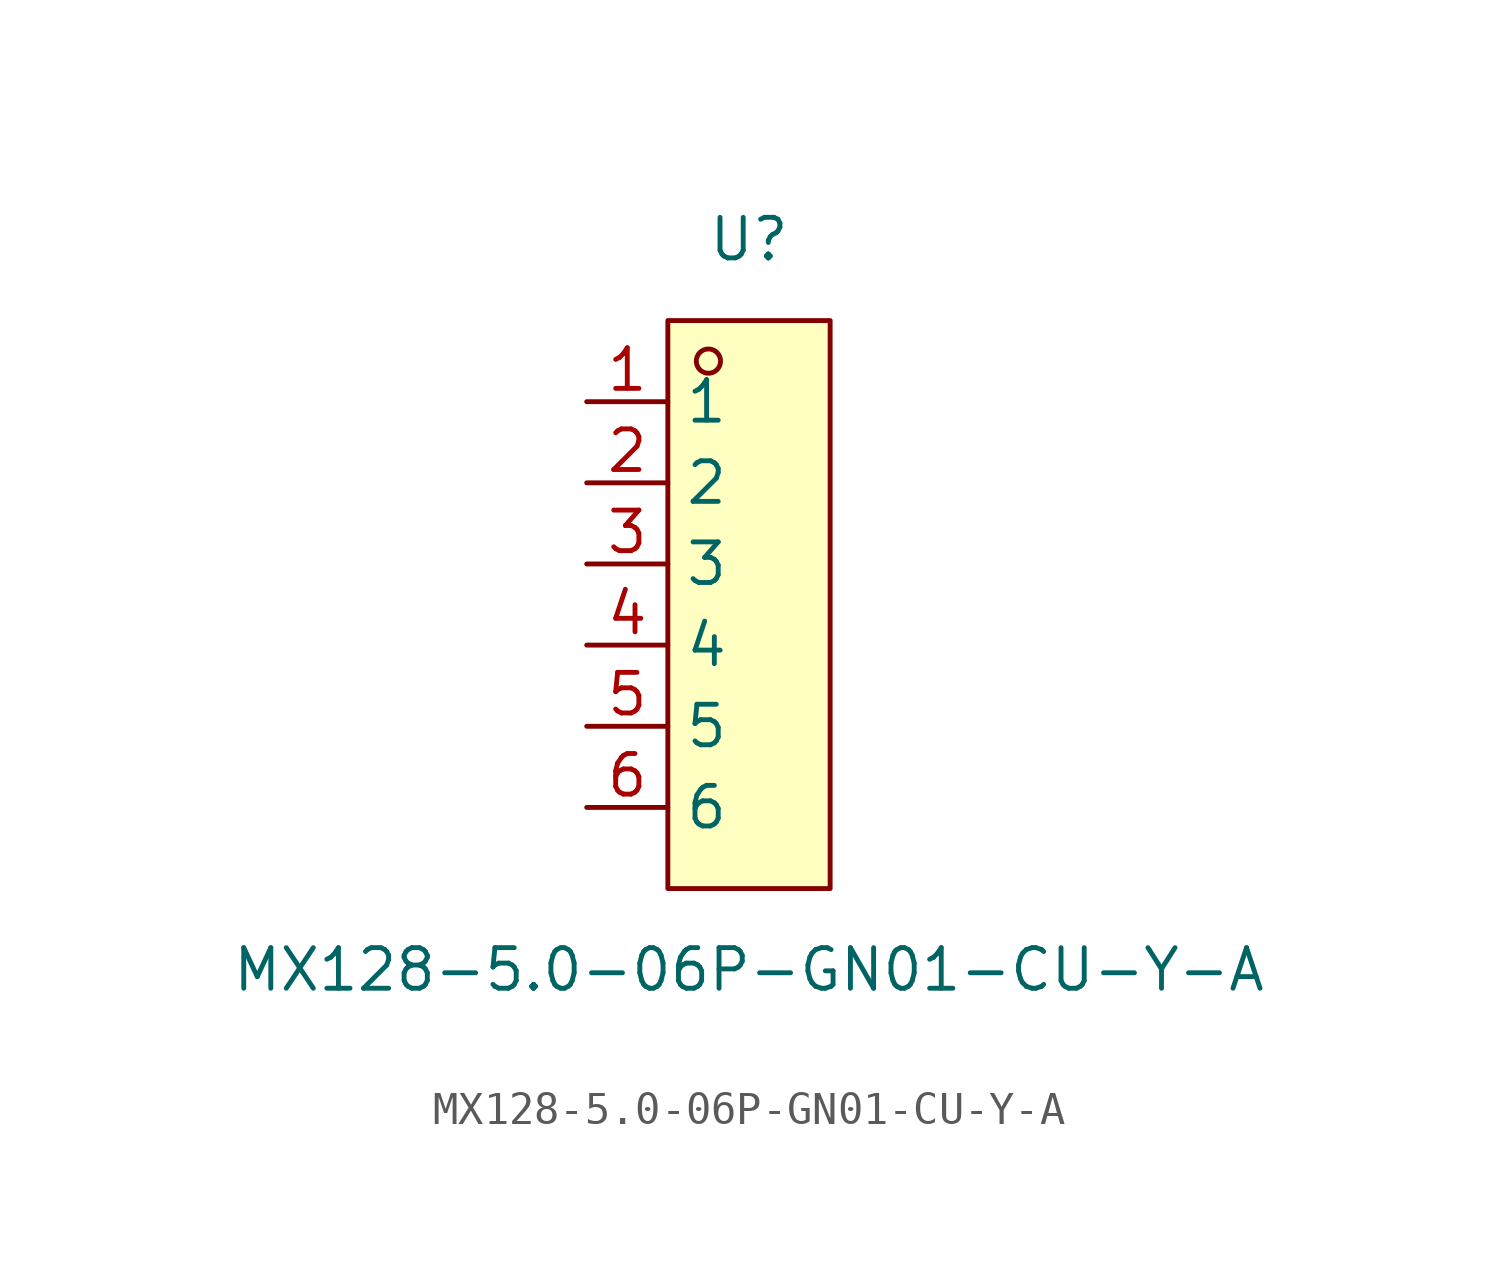
<source format=kicad_sym>
(kicad_symbol_lib
  (version 20211014)
  (generator https://github.com/uPesy/easyeda2kicad.py)
  (symbol "MX128-5.0-06P-GN01-CU-Y-A"
    (property "Reference" "U"
      (at 0 11.43 0)
      (effects (font (size 1.27 1.27))))
    (property "Value" "MX128-5.0-06P-GN01-CU-Y-A"
      (at 0 -11.43 0)
      (effects (font (size 1.27 1.27))))
    (symbol "MX128-5.0-06P-GN01-CU-Y-A_0_1"
      (rectangle (start -2.54 8.89) (end 2.54 -8.89) (stroke (width 0) (type default) (color 0 0 0 0)) (fill (type background)))
      (circle (center -1.27 7.62) (radius 0.38) (stroke (width 0) (type default) (color 0 0 0 0)) (fill (type none)))
      (pin unspecified line (at -5.08 6.35 0) (length 2.54) (name "1" (effects (font (size 1.27 1.27)))) (number "1" (effects (font (size 1.27 1.27)))))
      (pin unspecified line (at -5.08 3.81 0) (length 2.54) (name "2" (effects (font (size 1.27 1.27)))) (number "2" (effects (font (size 1.27 1.27)))))
      (pin unspecified line (at -5.08 1.27 0) (length 2.54) (name "3" (effects (font (size 1.27 1.27)))) (number "3" (effects (font (size 1.27 1.27)))))
      (pin unspecified line (at -5.08 -1.27 0) (length 2.54) (name "4" (effects (font (size 1.27 1.27)))) (number "4" (effects (font (size 1.27 1.27)))))
      (pin unspecified line (at -5.08 -3.81 0) (length 2.54) (name "5" (effects (font (size 1.27 1.27)))) (number "5" (effects (font (size 1.27 1.27)))))
      (pin unspecified line (at -5.08 -6.35 0) (length 2.54) (name "6" (effects (font (size 1.27 1.27)))) (number "6" (effects (font (size 1.27 1.27))))))))
</source>
